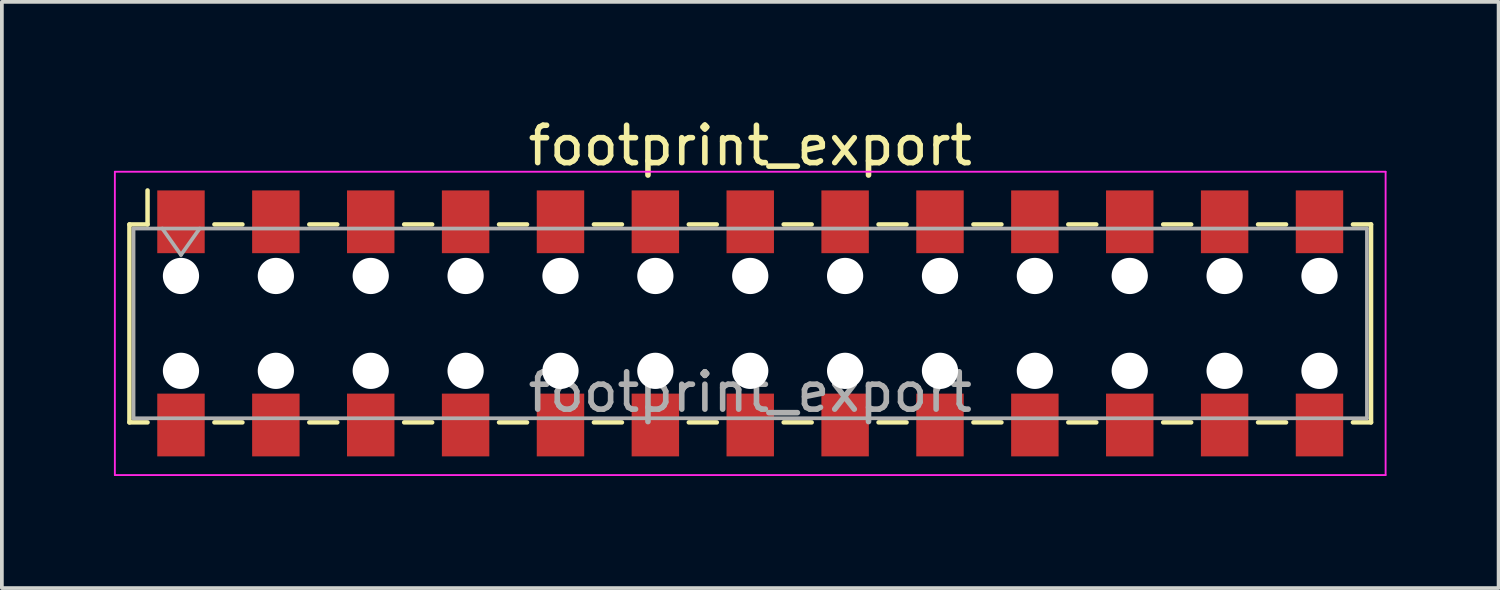
<source format=kicad_pcb>
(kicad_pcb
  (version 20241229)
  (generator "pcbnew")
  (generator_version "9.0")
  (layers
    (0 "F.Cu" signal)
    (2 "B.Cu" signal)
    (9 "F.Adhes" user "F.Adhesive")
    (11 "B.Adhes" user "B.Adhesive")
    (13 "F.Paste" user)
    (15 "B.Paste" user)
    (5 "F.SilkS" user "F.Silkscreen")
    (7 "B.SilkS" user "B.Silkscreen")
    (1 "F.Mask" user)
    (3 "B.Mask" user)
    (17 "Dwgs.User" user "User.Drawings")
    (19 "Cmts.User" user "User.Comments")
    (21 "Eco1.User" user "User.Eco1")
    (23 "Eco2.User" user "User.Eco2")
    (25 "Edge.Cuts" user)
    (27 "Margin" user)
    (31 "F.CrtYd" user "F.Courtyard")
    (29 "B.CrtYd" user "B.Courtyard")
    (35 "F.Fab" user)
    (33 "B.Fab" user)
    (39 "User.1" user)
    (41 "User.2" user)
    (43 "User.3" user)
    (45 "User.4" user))
  (footprint "footprint_export"
    (layer "F.Cu")
    (at 17.035 5.608)
    (property "Reference" "footprint_export" (at 0 -4.76 0) (layer "F.SilkS") (effects (font (size 1 1) (thickness 0.15))))
    (attr smd)
    (fp_line (start -16.62 -2.65) (end -16.62 2.65) (stroke (width 0.12) (type solid)) (layer "F.SilkS"))
    (fp_line (start -16.62 2.65) (end -16.135 2.65) (stroke (width 0.12) (type solid)) (layer "F.SilkS"))
    (fp_line (start -16.135 -3.56) (end -16.135 -2.65) (stroke (width 0.12) (type solid)) (layer "F.SilkS"))
    (fp_line (start -16.135 -2.65) (end -16.62 -2.65) (stroke (width 0.12) (type solid)) (layer "F.SilkS"))
    (fp_line (start -14.345 -2.65) (end -13.595 -2.65) (stroke (width 0.12) (type solid)) (layer "F.SilkS"))
    (fp_line (start -14.345 2.65) (end -13.595 2.65) (stroke (width 0.12) (type solid)) (layer "F.SilkS"))
    (fp_line (start -11.805 -2.65) (end -11.055 -2.65) (stroke (width 0.12) (type solid)) (layer "F.SilkS"))
    (fp_line (start -11.805 2.65) (end -11.055 2.65) (stroke (width 0.12) (type solid)) (layer "F.SilkS"))
    (fp_line (start -9.265 -2.65) (end -8.515 -2.65) (stroke (width 0.12) (type solid)) (layer "F.SilkS"))
    (fp_line (start -9.265 2.65) (end -8.515 2.65) (stroke (width 0.12) (type solid)) (layer "F.SilkS"))
    (fp_line (start -6.725 -2.65) (end -5.975 -2.65) (stroke (width 0.12) (type solid)) (layer "F.SilkS"))
    (fp_line (start -6.725 2.65) (end -5.975 2.65) (stroke (width 0.12) (type solid)) (layer "F.SilkS"))
    (fp_line (start -4.185 -2.65) (end -3.435 -2.65) (stroke (width 0.12) (type solid)) (layer "F.SilkS"))
    (fp_line (start -4.185 2.65) (end -3.435 2.65) (stroke (width 0.12) (type solid)) (layer "F.SilkS"))
    (fp_line (start -1.645 -2.65) (end -0.895 -2.65) (stroke (width 0.12) (type solid)) (layer "F.SilkS"))
    (fp_line (start -1.645 2.65) (end -0.895 2.65) (stroke (width 0.12) (type solid)) (layer "F.SilkS"))
    (fp_line (start 0.895 -2.65) (end 1.645 -2.65) (stroke (width 0.12) (type solid)) (layer "F.SilkS"))
    (fp_line (start 0.895 2.65) (end 1.645 2.65) (stroke (width 0.12) (type solid)) (layer "F.SilkS"))
    (fp_line (start 3.435 -2.65) (end 4.185 -2.65) (stroke (width 0.12) (type solid)) (layer "F.SilkS"))
    (fp_line (start 3.435 2.65) (end 4.185 2.65) (stroke (width 0.12) (type solid)) (layer "F.SilkS"))
    (fp_line (start 5.975 -2.65) (end 6.725 -2.65) (stroke (width 0.12) (type solid)) (layer "F.SilkS"))
    (fp_line (start 5.975 2.65) (end 6.725 2.65) (stroke (width 0.12) (type solid)) (layer "F.SilkS"))
    (fp_line (start 8.515 -2.65) (end 9.265 -2.65) (stroke (width 0.12) (type solid)) (layer "F.SilkS"))
    (fp_line (start 8.515 2.65) (end 9.265 2.65) (stroke (width 0.12) (type solid)) (layer "F.SilkS"))
    (fp_line (start 11.055 -2.65) (end 11.805 -2.65) (stroke (width 0.12) (type solid)) (layer "F.SilkS"))
    (fp_line (start 11.055 2.65) (end 11.805 2.65) (stroke (width 0.12) (type solid)) (layer "F.SilkS"))
    (fp_line (start 13.595 -2.65) (end 14.345 -2.65) (stroke (width 0.12) (type solid)) (layer "F.SilkS"))
    (fp_line (start 13.595 2.65) (end 14.345 2.65) (stroke (width 0.12) (type solid)) (layer "F.SilkS"))
    (fp_line (start 16.135 -2.65) (end 16.62 -2.65) (stroke (width 0.12) (type solid)) (layer "F.SilkS"))
    (fp_line (start 16.62 -2.65) (end 16.62 2.65) (stroke (width 0.12) (type solid)) (layer "F.SilkS"))
    (fp_line (start 16.62 2.65) (end 16.135 2.65) (stroke (width 0.12) (type solid)) (layer "F.SilkS"))
    (fp_line (start -17.01 -4.06) (end 17.01 -4.06) (stroke (width 0.05) (type solid)) (layer "F.CrtYd"))
    (fp_line (start -17.01 4.06) (end -17.01 -4.06) (stroke (width 0.05) (type solid)) (layer "F.CrtYd"))
    (fp_line (start 17.01 -4.06) (end 17.01 4.06) (stroke (width 0.05) (type solid)) (layer "F.CrtYd"))
    (fp_line (start 17.01 4.06) (end -17.01 4.06) (stroke (width 0.05) (type solid)) (layer "F.CrtYd"))
    (fp_line (start -16.51 -2.54) (end 16.51 -2.54) (stroke (width 0.1) (type solid)) (layer "F.Fab"))
    (fp_line (start -16.51 2.54) (end -16.51 -2.54) (stroke (width 0.1) (type solid)) (layer "F.Fab"))
    (fp_line (start -15.74 -2.54) (end -15.24 -1.833) (stroke (width 0.1) (type solid)) (layer "F.Fab"))
    (fp_line (start -15.24 -1.833) (end -14.74 -2.54) (stroke (width 0.1) (type solid)) (layer "F.Fab"))
    (fp_line (start 16.51 -2.54) (end 16.51 2.54) (stroke (width 0.1) (type solid)) (layer "F.Fab"))
    (fp_line (start 16.51 2.54) (end -16.51 2.54) (stroke (width 0.1) (type solid)) (layer "F.Fab"))
    (fp_text user "${REFERENCE}" (at 0 1.84 0) (layer "F.Fab") (effects (font (size 1 1) (thickness 0.15))))
    (pad "" np_thru_hole circle (at -15.24 -1.27) (size 0.97 0.97) (drill 0.97) (layers "*.Cu" "*.Mask"))
    (pad "" np_thru_hole circle (at -15.24 1.27) (size 0.97 0.97) (drill 0.97) (layers "*.Cu" "*.Mask"))
    (pad "" np_thru_hole circle (at -12.7 -1.27) (size 0.97 0.97) (drill 0.97) (layers "*.Cu" "*.Mask"))
    (pad "" np_thru_hole circle (at -12.7 1.27) (size 0.97 0.97) (drill 0.97) (layers "*.Cu" "*.Mask"))
    (pad "" np_thru_hole circle (at -10.16 -1.27) (size 0.97 0.97) (drill 0.97) (layers "*.Cu" "*.Mask"))
    (pad "" np_thru_hole circle (at -10.16 1.27) (size 0.97 0.97) (drill 0.97) (layers "*.Cu" "*.Mask"))
    (pad "" np_thru_hole circle (at -7.62 -1.27) (size 0.97 0.97) (drill 0.97) (layers "*.Cu" "*.Mask"))
    (pad "" np_thru_hole circle (at -7.62 1.27) (size 0.97 0.97) (drill 0.97) (layers "*.Cu" "*.Mask"))
    (pad "" np_thru_hole circle (at -5.08 -1.27) (size 0.97 0.97) (drill 0.97) (layers "*.Cu" "*.Mask"))
    (pad "" np_thru_hole circle (at -5.08 1.27) (size 0.97 0.97) (drill 0.97) (layers "*.Cu" "*.Mask"))
    (pad "" np_thru_hole circle (at -2.54 -1.27) (size 0.97 0.97) (drill 0.97) (layers "*.Cu" "*.Mask"))
    (pad "" np_thru_hole circle (at -2.54 1.27) (size 0.97 0.97) (drill 0.97) (layers "*.Cu" "*.Mask"))
    (pad "" np_thru_hole circle (at 0 -1.27) (size 0.97 0.97) (drill 0.97) (layers "*.Cu" "*.Mask"))
    (pad "" np_thru_hole circle (at 0 1.27) (size 0.97 0.97) (drill 0.97) (layers "*.Cu" "*.Mask"))
    (pad "" np_thru_hole circle (at 2.54 -1.27) (size 0.97 0.97) (drill 0.97) (layers "*.Cu" "*.Mask"))
    (pad "" np_thru_hole circle (at 2.54 1.27) (size 0.97 0.97) (drill 0.97) (layers "*.Cu" "*.Mask"))
    (pad "" np_thru_hole circle (at 5.08 -1.27) (size 0.97 0.97) (drill 0.97) (layers "*.Cu" "*.Mask"))
    (pad "" np_thru_hole circle (at 5.08 1.27) (size 0.97 0.97) (drill 0.97) (layers "*.Cu" "*.Mask"))
    (pad "" np_thru_hole circle (at 7.62 -1.27) (size 0.97 0.97) (drill 0.97) (layers "*.Cu" "*.Mask"))
    (pad "" np_thru_hole circle (at 7.62 1.27) (size 0.97 0.97) (drill 0.97) (layers "*.Cu" "*.Mask"))
    (pad "" np_thru_hole circle (at 10.16 -1.27) (size 0.97 0.97) (drill 0.97) (layers "*.Cu" "*.Mask"))
    (pad "" np_thru_hole circle (at 10.16 1.27) (size 0.97 0.97) (drill 0.97) (layers "*.Cu" "*.Mask"))
    (pad "" np_thru_hole circle (at 12.7 -1.27) (size 0.97 0.97) (drill 0.97) (layers "*.Cu" "*.Mask"))
    (pad "" np_thru_hole circle (at 12.7 1.27) (size 0.97 0.97) (drill 0.97) (layers "*.Cu" "*.Mask"))
    (pad "" np_thru_hole circle (at 15.24 -1.27) (size 0.97 0.97) (drill 0.97) (layers "*.Cu" "*.Mask"))
    (pad "" np_thru_hole circle (at 15.24 1.27) (size 0.97 0.97) (drill 0.97) (layers "*.Cu" "*.Mask"))
    (pad "1" smd rect (at -15.24 -2.72) (size 1.27 1.68) (layers "F.Cu" "F.Mask" "F.Paste"))
    (pad "2" smd rect (at -15.24 2.72) (size 1.27 1.68) (layers "F.Cu" "F.Mask" "F.Paste"))
    (pad "3" smd rect (at -12.7 -2.72) (size 1.27 1.68) (layers "F.Cu" "F.Mask" "F.Paste"))
    (pad "4" smd rect (at -12.7 2.72) (size 1.27 1.68) (layers "F.Cu" "F.Mask" "F.Paste"))
    (pad "5" smd rect (at -10.16 -2.72) (size 1.27 1.68) (layers "F.Cu" "F.Mask" "F.Paste"))
    (pad "6" smd rect (at -10.16 2.72) (size 1.27 1.68) (layers "F.Cu" "F.Mask" "F.Paste"))
    (pad "7" smd rect (at -7.62 -2.72) (size 1.27 1.68) (layers "F.Cu" "F.Mask" "F.Paste"))
    (pad "8" smd rect (at -7.62 2.72) (size 1.27 1.68) (layers "F.Cu" "F.Mask" "F.Paste"))
    (pad "9" smd rect (at -5.08 -2.72) (size 1.27 1.68) (layers "F.Cu" "F.Mask" "F.Paste"))
    (pad "10" smd rect (at -5.08 2.72) (size 1.27 1.68) (layers "F.Cu" "F.Mask" "F.Paste"))
    (pad "11" smd rect (at -2.54 -2.72) (size 1.27 1.68) (layers "F.Cu" "F.Mask" "F.Paste"))
    (pad "12" smd rect (at -2.54 2.72) (size 1.27 1.68) (layers "F.Cu" "F.Mask" "F.Paste"))
    (pad "13" smd rect (at 0 -2.72) (size 1.27 1.68) (layers "F.Cu" "F.Mask" "F.Paste"))
    (pad "14" smd rect (at 0 2.72) (size 1.27 1.68) (layers "F.Cu" "F.Mask" "F.Paste"))
    (pad "15" smd rect (at 2.54 -2.72) (size 1.27 1.68) (layers "F.Cu" "F.Mask" "F.Paste"))
    (pad "16" smd rect (at 2.54 2.72) (size 1.27 1.68) (layers "F.Cu" "F.Mask" "F.Paste"))
    (pad "17" smd rect (at 5.08 -2.72) (size 1.27 1.68) (layers "F.Cu" "F.Mask" "F.Paste"))
    (pad "18" smd rect (at 5.08 2.72) (size 1.27 1.68) (layers "F.Cu" "F.Mask" "F.Paste"))
    (pad "19" smd rect (at 7.62 -2.72) (size 1.27 1.68) (layers "F.Cu" "F.Mask" "F.Paste"))
    (pad "20" smd rect (at 7.62 2.72) (size 1.27 1.68) (layers "F.Cu" "F.Mask" "F.Paste"))
    (pad "21" smd rect (at 10.16 -2.72) (size 1.27 1.68) (layers "F.Cu" "F.Mask" "F.Paste"))
    (pad "22" smd rect (at 10.16 2.72) (size 1.27 1.68) (layers "F.Cu" "F.Mask" "F.Paste"))
    (pad "23" smd rect (at 12.7 -2.72) (size 1.27 1.68) (layers "F.Cu" "F.Mask" "F.Paste"))
    (pad "24" smd rect (at 12.7 2.72) (size 1.27 1.68) (layers "F.Cu" "F.Mask" "F.Paste"))
    (pad "25" smd rect (at 15.24 -2.72) (size 1.27 1.68) (layers "F.Cu" "F.Mask" "F.Paste"))
    (pad "26" smd rect (at 15.24 2.72) (size 1.27 1.68) (layers "F.Cu" "F.Mask" "F.Paste")))
  (gr_rect
    (start -3 -3)
    (end 37.07 12.693)
    (stroke (width 0.1) (type default))
    (fill no)
    (layer "Edge.Cuts")))
</source>
